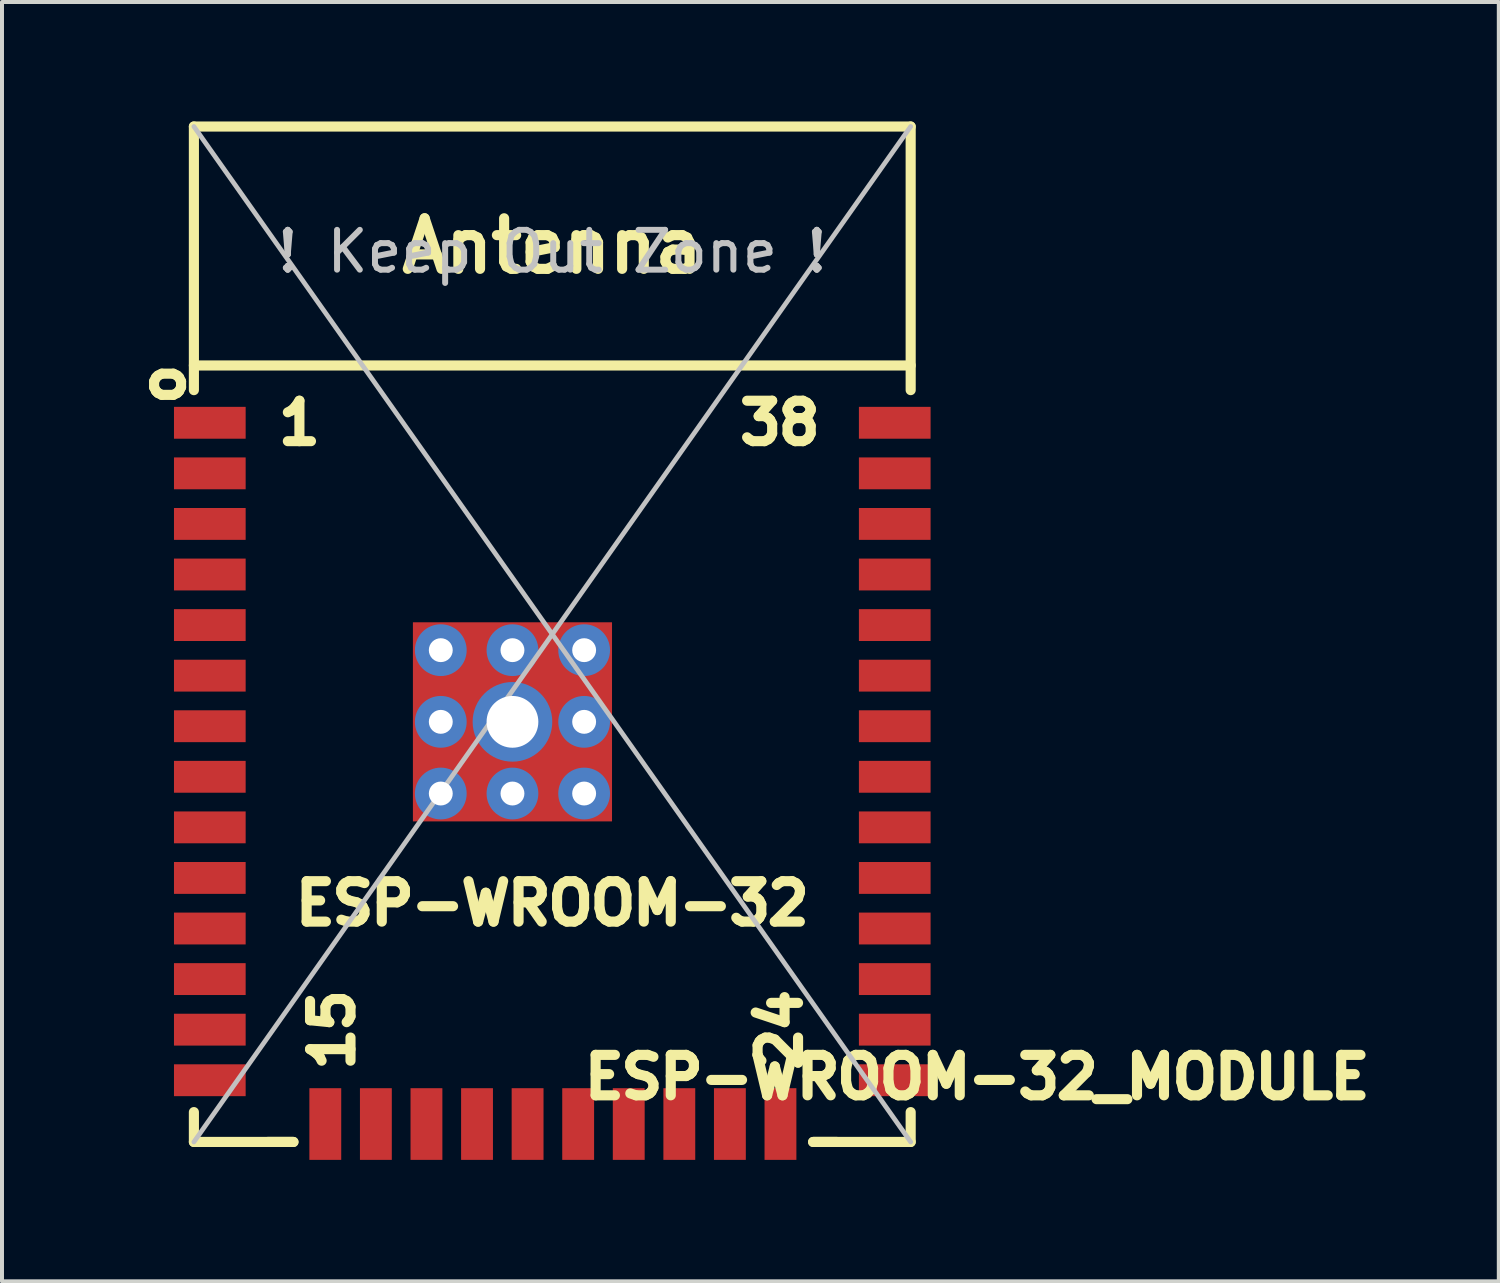
<source format=kicad_pcb>
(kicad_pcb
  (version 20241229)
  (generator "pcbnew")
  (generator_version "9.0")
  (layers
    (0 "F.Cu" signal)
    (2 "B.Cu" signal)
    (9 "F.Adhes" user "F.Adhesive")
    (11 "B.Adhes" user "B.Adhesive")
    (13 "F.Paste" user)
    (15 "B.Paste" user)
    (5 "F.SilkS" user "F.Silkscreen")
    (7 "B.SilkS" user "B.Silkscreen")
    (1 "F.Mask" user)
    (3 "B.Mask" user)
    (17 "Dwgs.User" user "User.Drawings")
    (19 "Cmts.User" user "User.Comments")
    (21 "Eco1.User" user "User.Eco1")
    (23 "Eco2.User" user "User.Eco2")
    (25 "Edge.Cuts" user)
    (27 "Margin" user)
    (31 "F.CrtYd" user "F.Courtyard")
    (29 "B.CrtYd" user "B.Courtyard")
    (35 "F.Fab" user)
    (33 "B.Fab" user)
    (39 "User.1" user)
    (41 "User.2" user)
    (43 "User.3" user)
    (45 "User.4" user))
  (footprint "ESP-WROOM-32_MODULE"
    (layer "F.Cu")
    (at 10.819 12.877)
    (property "Reference" "ESP-WROOM-32_MODULE" (at 10.668 11.122 180) (layer "F.SilkS") (effects (font (size 1.016 1.016) (thickness 0.254))))
    (attr smd)
    (fp_line (start -9 -12.75) (end -9 -6.13) (stroke (width 0.254) (type solid)) (layer "F.SilkS"))
    (fp_line (start -9 -12.75) (end 9 -12.75) (stroke (width 0.254) (type solid)) (layer "F.SilkS"))
    (fp_line (start -9 -6.75) (end 9 -6.75) (stroke (width 0.254) (type solid)) (layer "F.SilkS"))
    (fp_line (start -9 12.75) (end -9 12) (stroke (width 0.254) (type solid)) (layer "F.SilkS"))
    (fp_line (start -9 12.75) (end -6.5 12.75) (stroke (width 0.254) (type solid)) (layer "F.SilkS"))
    (fp_line (start -7.15 12.75) (end -6.5 12.75) (stroke (width 0.254) (type solid)) (layer "F.SilkS"))
    (fp_line (start 7.15 12.75) (end 6.55 12.75) (stroke (width 0.254) (type solid)) (layer "F.SilkS"))
    (fp_line (start 9 -12.75) (end 9 -6.13) (stroke (width 0.254) (type solid)) (layer "F.SilkS"))
    (fp_line (start 9 12.75) (end 6.55 12.75) (stroke (width 0.254) (type solid)) (layer "F.SilkS"))
    (fp_line (start 9 12.75) (end 9 12) (stroke (width 0.254) (type solid)) (layer "F.SilkS"))
    (fp_line (start -9 -12.75) (end 9 12.75) (stroke (width 0.12) (type solid)) (layer "Dwgs.User"))
    (fp_line (start 9 -12.75) (end -9 12.75) (stroke (width 0.12) (type solid)) (layer "Dwgs.User"))
    (fp_text user "Antenna" (at 0 -9.75 0) (layer "F.SilkS") (effects (font (size 1.27 1.27) (thickness 0.254))))
    (fp_text user "24" (at 5.715 9.935 90) (layer "F.SilkS") (effects (font (size 1.016 1.016) (thickness 0.254))))
    (fp_text user "o" (at -9.779 -6.277 90) (layer "F.SilkS") (effects (font (size 1.016 1.016) (thickness 0.254))))
    (fp_text user "38" (at 5.715 -5.305 0) (layer "F.SilkS") (effects (font (size 1.016 1.016) (thickness 0.254))))
    (fp_text user "15" (at -5.524 9.935 90) (layer "F.SilkS") (effects (font (size 1.016 1.016) (thickness 0.254))))
    (fp_text user "ESP-WROOM-32" (at 0 6.76 0) (layer "F.SilkS") (effects (font (size 1.016 1.016) (thickness 0.254))))
    (fp_text user "1" (at -6.35 -5.305 0) (layer "F.SilkS") (effects (font (size 1.016 1.016) (thickness 0.254))))
    (fp_text user "! Keep Out Zone !" (at 0 -9.61 0) (layer "Dwgs.User") (effects (font (size 1 1) (thickness 0.15))))
    (pad "" smd rect (at -8.6 -5.31) (size 1.9 0.9) (layers "F.Paste"))
    (pad "" smd rect (at -8.6 -4.04) (size 1.9 0.9) (layers "F.Paste"))
    (pad "" smd rect (at -8.6 -2.77) (size 1.9 0.9) (layers "F.Paste"))
    (pad "" smd rect (at -8.6 -1.5) (size 1.9 0.9) (layers "F.Paste"))
    (pad "" smd rect (at -8.6 -0.23) (size 1.9 0.9) (layers "F.Paste"))
    (pad "" smd rect (at -8.6 1.04) (size 1.9 0.9) (layers "F.Paste"))
    (pad "" smd rect (at -8.6 2.31) (size 1.9 0.9) (layers "F.Paste"))
    (pad "" smd rect (at -8.6 3.58) (size 1.9 0.9) (layers "F.Paste"))
    (pad "" smd rect (at -8.6 4.85) (size 1.9 0.9) (layers "F.Paste"))
    (pad "" smd rect (at -8.6 6.12) (size 1.9 0.9) (layers "F.Paste"))
    (pad "" smd rect (at -8.6 7.39) (size 1.9 0.9) (layers "F.Paste"))
    (pad "" smd rect (at -8.6 8.66) (size 1.9 0.9) (layers "F.Paste"))
    (pad "" smd rect (at -8.6 9.93) (size 1.9 0.9) (layers "F.Paste"))
    (pad "" smd rect (at -8.6 11.2) (size 1.9 0.9) (layers "F.Paste"))
    (pad "" smd rect (at -5.7 12.3 90) (size 1.9 0.9) (layers "F.Paste"))
    (pad "" smd rect (at -4.43 12.3 90) (size 1.9 0.9) (layers "F.Paste"))
    (pad "" smd rect (at -3.16 12.3 90) (size 1.9 0.9) (layers "F.Paste"))
    (pad "" smd rect (at -1.9 0.7) (size 1.2 1.8) (layers "F.Paste"))
    (pad "" smd rect (at -1.9 3.7) (size 1.2 1.8) (layers "F.Paste"))
    (pad "" smd rect (at -1.89 12.3 90) (size 1.9 0.9) (layers "F.Paste"))
    (pad "" smd rect (at -0.62 12.3 90) (size 1.9 0.9) (layers "F.Paste"))
    (pad "" smd rect (at -0.1 0.7) (size 1.2 1.8) (layers "F.Paste"))
    (pad "" smd rect (at -0.1 3.7) (size 1.2 1.8) (layers "F.Paste"))
    (pad "" smd rect (at 0.65 12.3 90) (size 1.9 0.9) (layers "F.Paste"))
    (pad "" smd rect (at 1.92 12.3 90) (size 1.9 0.9) (layers "F.Paste"))
    (pad "" smd rect (at 3.19 12.3 90) (size 1.9 0.9) (layers "F.Paste"))
    (pad "" smd rect (at 4.46 12.3 90) (size 1.9 0.9) (layers "F.Paste"))
    (pad "" smd rect (at 5.73 12.3 90) (size 1.9 0.9) (layers "F.Paste"))
    (pad "" smd rect (at 8.6 -5.31) (size 1.9 0.9) (layers "F.Paste"))
    (pad "" smd rect (at 8.6 -4.04) (size 1.9 0.9) (layers "F.Paste"))
    (pad "" smd rect (at 8.6 -2.77) (size 1.9 0.9) (layers "F.Paste"))
    (pad "" smd rect (at 8.6 -1.5) (size 1.9 0.9) (layers "F.Paste"))
    (pad "" smd rect (at 8.6 -0.23) (size 1.9 0.9) (layers "F.Paste"))
    (pad "" smd rect (at 8.6 1.04) (size 1.9 0.9) (layers "F.Paste"))
    (pad "" smd rect (at 8.6 2.31) (size 1.9 0.9) (layers "F.Paste"))
    (pad "" smd rect (at 8.6 3.58) (size 1.9 0.9) (layers "F.Paste"))
    (pad "" smd rect (at 8.6 4.85) (size 1.9 0.9) (layers "F.Paste"))
    (pad "" smd rect (at 8.6 6.12) (size 1.9 0.9) (layers "F.Paste"))
    (pad "" smd rect (at 8.6 7.39) (size 1.9 0.9) (layers "F.Paste"))
    (pad "" smd rect (at 8.6 8.66) (size 1.9 0.9) (layers "F.Paste"))
    (pad "" smd rect (at 8.6 9.93) (size 1.9 0.9) (layers "F.Paste"))
    (pad "" smd rect (at 8.6 11.2) (size 1.9 0.9) (layers "F.Paste"))
    (pad "1" smd rect (at -8.6 -5.31) (size 1.8 0.8) (layers "F.Cu" "F.Mask"))
    (pad "2" smd rect (at -8.6 -4.04) (size 1.8 0.8) (layers "F.Cu" "F.Mask"))
    (pad "3" smd rect (at -8.6 -2.77) (size 1.8 0.8) (layers "F.Cu" "F.Mask"))
    (pad "4" smd rect (at -8.6 -1.5) (size 1.8 0.8) (layers "F.Cu" "F.Mask"))
    (pad "5" smd rect (at -8.6 -0.23) (size 1.8 0.8) (layers "F.Cu" "F.Mask"))
    (pad "6" smd rect (at -8.6 1.04) (size 1.8 0.8) (layers "F.Cu" "F.Mask"))
    (pad "7" smd rect (at -8.6 2.31) (size 1.8 0.8) (layers "F.Cu" "F.Mask"))
    (pad "8" smd rect (at -8.6 3.58) (size 1.8 0.8) (layers "F.Cu" "F.Mask"))
    (pad "9" smd rect (at -8.6 4.85) (size 1.8 0.8) (layers "F.Cu" "F.Mask"))
    (pad "10" smd rect (at -8.6 6.12) (size 1.8 0.8) (layers "F.Cu" "F.Mask"))
    (pad "11" smd rect (at -8.6 7.39) (size 1.8 0.8) (layers "F.Cu" "F.Mask"))
    (pad "12" smd rect (at -8.6 8.66) (size 1.8 0.8) (layers "F.Cu" "F.Mask"))
    (pad "13" smd rect (at -8.6 9.93) (size 1.8 0.8) (layers "F.Cu" "F.Mask"))
    (pad "14" smd rect (at -8.6 11.2) (size 1.8 0.8) (layers "F.Cu" "F.Mask"))
    (pad "15" smd rect (at -5.7 12.3) (size 0.8 1.8) (layers "F.Cu" "F.Mask"))
    (pad "16" smd rect (at -4.43 12.3) (size 0.8 1.8) (layers "F.Cu" "F.Mask"))
    (pad "17" smd rect (at -3.16 12.3) (size 0.8 1.8) (layers "F.Cu" "F.Mask"))
    (pad "18" smd rect (at -1.89 12.3) (size 0.8 1.8) (layers "F.Cu" "F.Mask"))
    (pad "19" smd rect (at -0.62 12.3) (size 0.8 1.8) (layers "F.Cu" "F.Mask"))
    (pad "20" smd rect (at 0.65 12.3) (size 0.8 1.8) (layers "F.Cu" "F.Mask"))
    (pad "21" smd rect (at 1.92 12.3) (size 0.8 1.8) (layers "F.Cu" "F.Mask"))
    (pad "22" smd rect (at 3.19 12.3) (size 0.8 1.8) (layers "F.Cu" "F.Mask"))
    (pad "23" smd rect (at 4.46 12.3) (size 0.8 1.8) (layers "F.Cu" "F.Mask"))
    (pad "24" smd rect (at 5.73 12.3) (size 0.8 1.8) (layers "F.Cu" "F.Mask"))
    (pad "25" smd rect (at 8.6 11.2) (size 1.8 0.8) (layers "F.Cu" "F.Mask"))
    (pad "26" smd rect (at 8.6 9.93) (size 1.8 0.8) (layers "F.Cu" "F.Mask"))
    (pad "27" smd rect (at 8.6 8.66) (size 1.8 0.8) (layers "F.Cu" "F.Mask"))
    (pad "28" smd rect (at 8.6 7.39) (size 1.8 0.8) (layers "F.Cu" "F.Mask"))
    (pad "29" smd rect (at 8.6 6.12) (size 1.8 0.8) (layers "F.Cu" "F.Mask"))
    (pad "30" smd rect (at 8.6 4.85) (size 1.8 0.8) (layers "F.Cu" "F.Mask"))
    (pad "31" smd rect (at 8.6 3.58) (size 1.8 0.8) (layers "F.Cu" "F.Mask"))
    (pad "32" smd rect (at 8.6 2.31) (size 1.8 0.8) (layers "F.Cu" "F.Mask"))
    (pad "33" smd rect (at 8.6 1.04) (size 1.8 0.8) (layers "F.Cu" "F.Mask"))
    (pad "34" smd rect (at 8.6 -0.23) (size 1.8 0.8) (layers "F.Cu" "F.Mask"))
    (pad "35" smd rect (at 8.6 -1.5) (size 1.8 0.8) (layers "F.Cu" "F.Mask"))
    (pad "36" smd rect (at 8.6 -2.77) (size 1.8 0.8) (layers "F.Cu" "F.Mask"))
    (pad "37" smd rect (at 8.6 -4.04) (size 1.8 0.8) (layers "F.Cu" "F.Mask"))
    (pad "38" smd rect (at 8.6 -5.31) (size 1.8 0.8) (layers "F.Cu" "F.Mask"))
    (pad "39" thru_hole circle (at -2.8 0.4) (size 1.3 1.3) (drill 0.6) (layers "*.Cu"))
    (pad "39" thru_hole circle (at -2.8 2.2) (size 1.3 1.3) (drill 0.6) (layers "*.Cu"))
    (pad "39" thru_hole circle (at -2.8 4) (size 1.3 1.3) (drill 0.6) (layers "*.Cu"))
    (pad "39" thru_hole circle (at -1 0.4) (size 1.3 1.3) (drill 0.6) (layers "*.Cu"))
    (pad "39" thru_hole circle (at -1 2.2) (size 2 2) (drill 1.3) (layers "*.Cu" "*.Mask"))
    (pad "39" smd rect (at -1 2.2) (size 5 5) (layers "F.Cu" "F.Mask"))
    (pad "39" thru_hole circle (at -1 4) (size 1.3 1.3) (drill 0.6) (layers "*.Cu"))
    (pad "39" thru_hole circle (at 0.8 0.4) (size 1.3 1.3) (drill 0.6) (layers "*.Cu"))
    (pad "39" thru_hole circle (at 0.8 2.2) (size 1.3 1.3) (drill 0.6) (layers "*.Cu"))
    (pad "39" thru_hole circle (at 0.8 4) (size 1.3 1.3) (drill 0.6) (layers "*.Cu")))
  (gr_rect
    (start -3 -3)
    (end 34.588 29.127)
    (stroke (width 0.1) (type default))
    (fill no)
    (layer "Edge.Cuts")))
</source>
